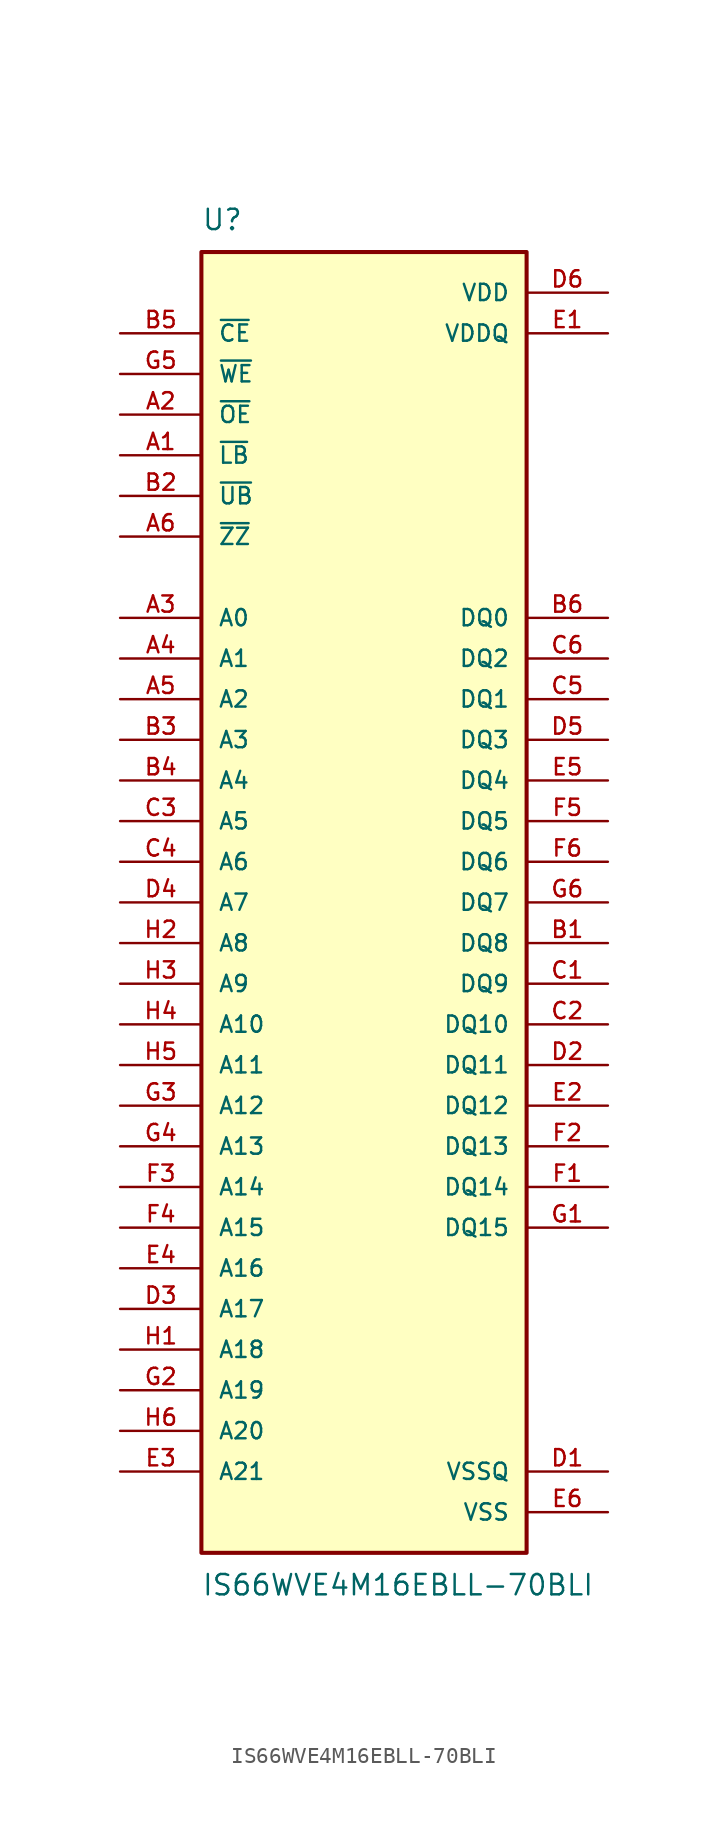
<source format=kicad_sym>
(kicad_symbol_lib
  (version 20211014)
  (generator kicad_symbol_editor)
  (symbol "IS66WVE4M16EBLL-70BLI"
    (pin_names
      (offset 1.016))
    (property "Reference" "U"
      (at -10.16 41.91 0)
      (effects (font (size 1.27 1.27)) (justify bottom left)))
    (property "Value" "IS66WVE4M16EBLL-70BLI"
      (at -10.16 -41.91 0)
      (effects (font (size 1.27 1.27)) (justify top left)))
    (symbol "IS66WVE4M16EBLL-70BLI_0_0"
      (rectangle (start -10.16 -40.64) (end 10.16 40.64) (stroke (width 0.254)) (fill (type background)))
      (pin input line (at -15.24 27.94 0) (length 5.08) (name "~{LB}" (effects (font (size 1.016 1.016)))) (number "A1" (effects (font (size 1.016 1.016)))))
      (pin bidirectional line (at 15.24 -2.54 180.0) (length 5.08) (name "DQ8" (effects (font (size 1.016 1.016)))) (number "B1" (effects (font (size 1.016 1.016)))))
      (pin bidirectional line (at 15.24 -5.08 180.0) (length 5.08) (name "DQ9" (effects (font (size 1.016 1.016)))) (number "C1" (effects (font (size 1.016 1.016)))))
      (pin power_in line (at 15.24 -35.56 180.0) (length 5.08) (name "VSSQ" (effects (font (size 1.016 1.016)))) (number "D1" (effects (font (size 1.016 1.016)))))
      (pin power_in line (at 15.24 35.56 180.0) (length 5.08) (name "VDDQ" (effects (font (size 1.016 1.016)))) (number "E1" (effects (font (size 1.016 1.016)))))
      (pin bidirectional line (at 15.24 -17.78 180.0) (length 5.08) (name "DQ14" (effects (font (size 1.016 1.016)))) (number "F1" (effects (font (size 1.016 1.016)))))
      (pin bidirectional line (at 15.24 -20.32 180.0) (length 5.08) (name "DQ15" (effects (font (size 1.016 1.016)))) (number "G1" (effects (font (size 1.016 1.016)))))
      (pin input line (at -15.24 -27.94 0) (length 5.08) (name "A18" (effects (font (size 1.016 1.016)))) (number "H1" (effects (font (size 1.016 1.016)))))
      (pin input line (at -15.24 30.48 0) (length 5.08) (name "~{OE}" (effects (font (size 1.016 1.016)))) (number "A2" (effects (font (size 1.016 1.016)))))
      (pin input line (at -15.24 25.4 0) (length 5.08) (name "~{UB}" (effects (font (size 1.016 1.016)))) (number "B2" (effects (font (size 1.016 1.016)))))
      (pin bidirectional line (at 15.24 -7.62 180.0) (length 5.08) (name "DQ10" (effects (font (size 1.016 1.016)))) (number "C2" (effects (font (size 1.016 1.016)))))
      (pin bidirectional line (at 15.24 -10.16 180.0) (length 5.08) (name "DQ11" (effects (font (size 1.016 1.016)))) (number "D2" (effects (font (size 1.016 1.016)))))
      (pin bidirectional line (at 15.24 -12.7 180.0) (length 5.08) (name "DQ12" (effects (font (size 1.016 1.016)))) (number "E2" (effects (font (size 1.016 1.016)))))
      (pin bidirectional line (at 15.24 -15.24 180.0) (length 5.08) (name "DQ13" (effects (font (size 1.016 1.016)))) (number "F2" (effects (font (size 1.016 1.016)))))
      (pin input line (at -15.24 -30.48 0) (length 5.08) (name "A19" (effects (font (size 1.016 1.016)))) (number "G2" (effects (font (size 1.016 1.016)))))
      (pin input line (at -15.24 -2.54 0) (length 5.08) (name "A8" (effects (font (size 1.016 1.016)))) (number "H2" (effects (font (size 1.016 1.016)))))
      (pin input line (at -15.24 17.78 0) (length 5.08) (name "A0" (effects (font (size 1.016 1.016)))) (number "A3" (effects (font (size 1.016 1.016)))))
      (pin input line (at -15.24 10.16 0) (length 5.08) (name "A3" (effects (font (size 1.016 1.016)))) (number "B3" (effects (font (size 1.016 1.016)))))
      (pin input line (at -15.24 5.08 0) (length 5.08) (name "A5" (effects (font (size 1.016 1.016)))) (number "C3" (effects (font (size 1.016 1.016)))))
      (pin input line (at -15.24 -25.4 0) (length 5.08) (name "A17" (effects (font (size 1.016 1.016)))) (number "D3" (effects (font (size 1.016 1.016)))))
      (pin input line (at -15.24 -35.56 0) (length 5.08) (name "A21" (effects (font (size 1.016 1.016)))) (number "E3" (effects (font (size 1.016 1.016)))))
      (pin input line (at -15.24 -17.78 0) (length 5.08) (name "A14" (effects (font (size 1.016 1.016)))) (number "F3" (effects (font (size 1.016 1.016)))))
      (pin input line (at -15.24 -12.7 0) (length 5.08) (name "A12" (effects (font (size 1.016 1.016)))) (number "G3" (effects (font (size 1.016 1.016)))))
      (pin input line (at -15.24 -5.08 0) (length 5.08) (name "A9" (effects (font (size 1.016 1.016)))) (number "H3" (effects (font (size 1.016 1.016)))))
      (pin input line (at -15.24 15.24 0) (length 5.08) (name "A1" (effects (font (size 1.016 1.016)))) (number "A4" (effects (font (size 1.016 1.016)))))
      (pin input line (at -15.24 7.62 0) (length 5.08) (name "A4" (effects (font (size 1.016 1.016)))) (number "B4" (effects (font (size 1.016 1.016)))))
      (pin input line (at -15.24 2.54 0) (length 5.08) (name "A6" (effects (font (size 1.016 1.016)))) (number "C4" (effects (font (size 1.016 1.016)))))
      (pin input line (at -15.24 0.0 0) (length 5.08) (name "A7" (effects (font (size 1.016 1.016)))) (number "D4" (effects (font (size 1.016 1.016)))))
      (pin input line (at -15.24 -22.86 0) (length 5.08) (name "A16" (effects (font (size 1.016 1.016)))) (number "E4" (effects (font (size 1.016 1.016)))))
      (pin input line (at -15.24 -20.32 0) (length 5.08) (name "A15" (effects (font (size 1.016 1.016)))) (number "F4" (effects (font (size 1.016 1.016)))))
      (pin input line (at -15.24 -15.24 0) (length 5.08) (name "A13" (effects (font (size 1.016 1.016)))) (number "G4" (effects (font (size 1.016 1.016)))))
      (pin input line (at -15.24 -7.62 0) (length 5.08) (name "A10" (effects (font (size 1.016 1.016)))) (number "H4" (effects (font (size 1.016 1.016)))))
      (pin input line (at -15.24 12.7 0) (length 5.08) (name "A2" (effects (font (size 1.016 1.016)))) (number "A5" (effects (font (size 1.016 1.016)))))
      (pin input line (at -15.24 35.56 0) (length 5.08) (name "~{CE}" (effects (font (size 1.016 1.016)))) (number "B5" (effects (font (size 1.016 1.016)))))
      (pin bidirectional line (at 15.24 12.7 180.0) (length 5.08) (name "DQ1" (effects (font (size 1.016 1.016)))) (number "C5" (effects (font (size 1.016 1.016)))))
      (pin bidirectional line (at 15.24 10.16 180.0) (length 5.08) (name "DQ3" (effects (font (size 1.016 1.016)))) (number "D5" (effects (font (size 1.016 1.016)))))
      (pin bidirectional line (at 15.24 7.62 180.0) (length 5.08) (name "DQ4" (effects (font (size 1.016 1.016)))) (number "E5" (effects (font (size 1.016 1.016)))))
      (pin bidirectional line (at 15.24 5.08 180.0) (length 5.08) (name "DQ5" (effects (font (size 1.016 1.016)))) (number "F5" (effects (font (size 1.016 1.016)))))
      (pin input line (at -15.24 33.02 0) (length 5.08) (name "~{WE}" (effects (font (size 1.016 1.016)))) (number "G5" (effects (font (size 1.016 1.016)))))
      (pin input line (at -15.24 -10.16 0) (length 5.08) (name "A11" (effects (font (size 1.016 1.016)))) (number "H5" (effects (font (size 1.016 1.016)))))
      (pin input line (at -15.24 22.86 0) (length 5.08) (name "~{ZZ}" (effects (font (size 1.016 1.016)))) (number "A6" (effects (font (size 1.016 1.016)))))
      (pin bidirectional line (at 15.24 17.78 180.0) (length 5.08) (name "DQ0" (effects (font (size 1.016 1.016)))) (number "B6" (effects (font (size 1.016 1.016)))))
      (pin bidirectional line (at 15.24 15.24 180.0) (length 5.08) (name "DQ2" (effects (font (size 1.016 1.016)))) (number "C6" (effects (font (size 1.016 1.016)))))
      (pin power_in line (at 15.24 38.1 180.0) (length 5.08) (name "VDD" (effects (font (size 1.016 1.016)))) (number "D6" (effects (font (size 1.016 1.016)))))
      (pin power_in line (at 15.24 -38.1 180.0) (length 5.08) (name "VSS" (effects (font (size 1.016 1.016)))) (number "E6" (effects (font (size 1.016 1.016)))))
      (pin bidirectional line (at 15.24 2.54 180.0) (length 5.08) (name "DQ6" (effects (font (size 1.016 1.016)))) (number "F6" (effects (font (size 1.016 1.016)))))
      (pin bidirectional line (at 15.24 0.0 180.0) (length 5.08) (name "DQ7" (effects (font (size 1.016 1.016)))) (number "G6" (effects (font (size 1.016 1.016)))))
      (pin input line (at -15.24 -33.02 0) (length 5.08) (name "A20" (effects (font (size 1.016 1.016)))) (number "H6" (effects (font (size 1.016 1.016))))))))
</source>
